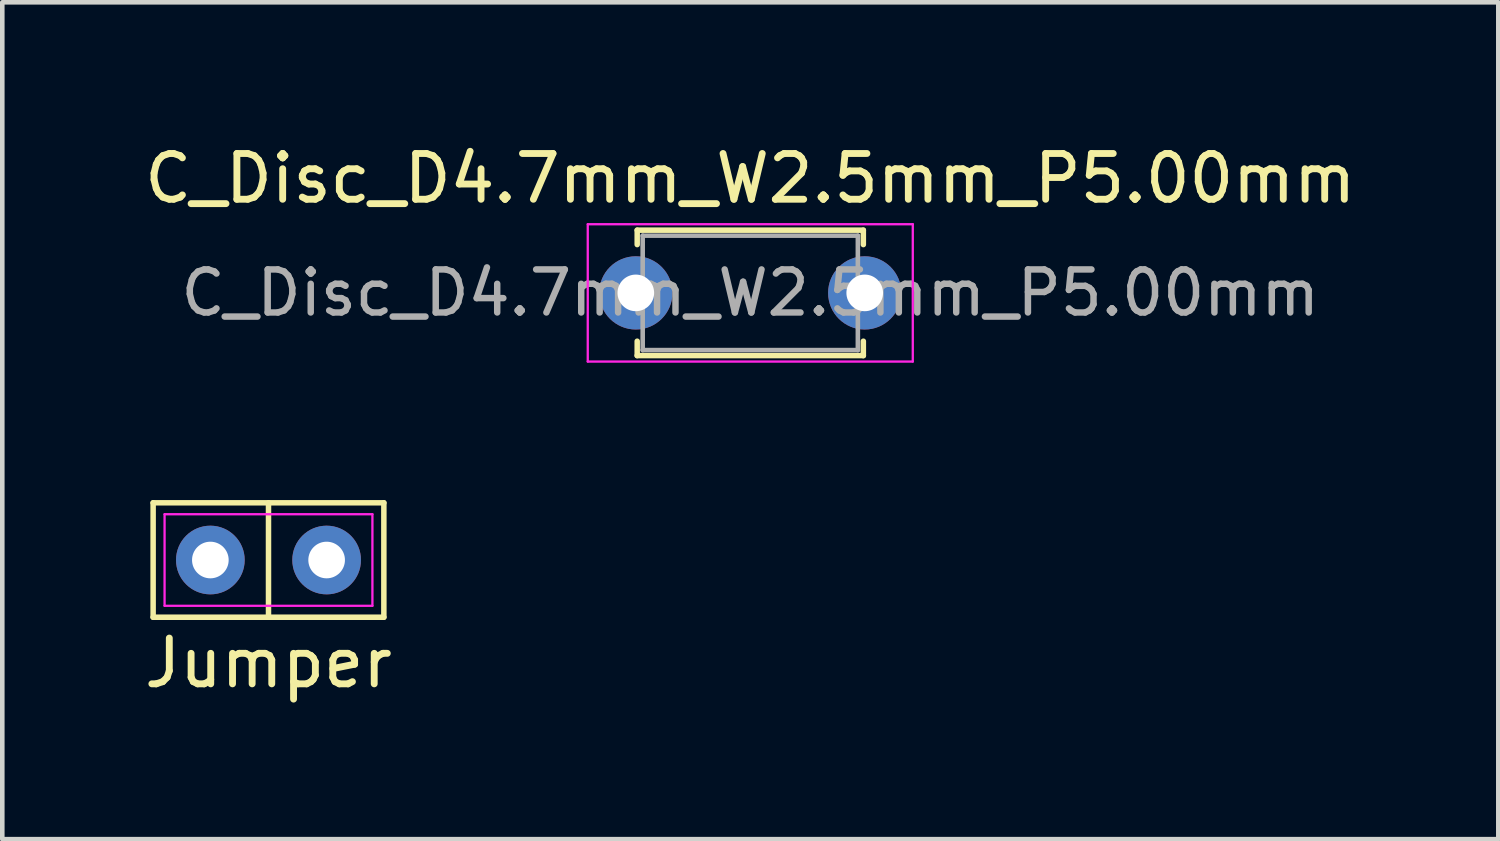
<source format=kicad_pcb>
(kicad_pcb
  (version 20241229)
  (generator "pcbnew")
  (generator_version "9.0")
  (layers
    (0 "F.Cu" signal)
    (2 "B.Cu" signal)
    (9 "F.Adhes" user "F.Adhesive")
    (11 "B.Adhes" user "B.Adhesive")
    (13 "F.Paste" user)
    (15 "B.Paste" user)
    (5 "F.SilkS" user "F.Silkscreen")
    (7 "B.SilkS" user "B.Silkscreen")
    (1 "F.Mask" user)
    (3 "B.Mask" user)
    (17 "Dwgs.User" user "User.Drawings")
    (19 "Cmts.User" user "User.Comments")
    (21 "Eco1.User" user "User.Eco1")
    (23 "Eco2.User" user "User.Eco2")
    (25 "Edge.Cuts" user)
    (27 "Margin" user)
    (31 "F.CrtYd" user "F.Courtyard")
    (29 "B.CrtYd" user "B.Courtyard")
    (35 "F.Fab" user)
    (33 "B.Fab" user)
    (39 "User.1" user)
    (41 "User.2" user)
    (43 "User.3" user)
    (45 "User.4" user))
  (footprint "Jumper"
    (layer "F.Cu")
    (at 2.815 9.183)
    (property "Reference" "Jumper" (at 0 2.25 0) (layer "F.SilkS") (effects (font (size 1 1) (thickness 0.15))))
    (attr through_hole)
    (fp_line (start -2.52 -1.25) (end 2.52 -1.25) (stroke (width 0.12) (type solid)) (layer "F.SilkS"))
    (fp_line (start -2.52 1.25) (end -2.52 -1.25) (stroke (width 0.12) (type solid)) (layer "F.SilkS"))
    (fp_line (start 0 -1.25) (end 0 1.25) (stroke (width 0.12) (type solid)) (layer "F.SilkS"))
    (fp_line (start 2.52 -1.25) (end 2.52 1.25) (stroke (width 0.12) (type solid)) (layer "F.SilkS"))
    (fp_line (start 2.52 1.25) (end -2.52 1.25) (stroke (width 0.12) (type solid)) (layer "F.SilkS"))
    (fp_line (start -2.27 -1) (end 2.27 -1) (stroke (width 0.05) (type solid)) (layer "F.CrtYd"))
    (fp_line (start -2.27 1) (end -2.27 -1) (stroke (width 0.05) (type solid)) (layer "F.CrtYd"))
    (fp_line (start 2.27 -1) (end 2.27 1) (stroke (width 0.05) (type solid)) (layer "F.CrtYd"))
    (fp_line (start 2.27 1) (end -2.27 1) (stroke (width 0.05) (type solid)) (layer "F.CrtYd"))
    (pad "1" thru_hole circle (at -1.27 0) (size 1.5 1.5) (drill 0.8) (layers "*.Cu" "*.Mask"))
    (pad "2" thru_hole circle (at 1.27 0) (size 1.5 1.5) (drill 0.8) (layers "*.Cu" "*.Mask")))
  (footprint "C_Disc_D4.7mm_W2.5mm_P5.00mm"
    (layer "F.Cu")
    (at 10.839 3.348)
    (property "Reference" "C_Disc_D4.7mm_W2.5mm_P5.00mm" (at 2.5 -2.5 0) (layer "F.SilkS") (effects (font (size 1 1) (thickness 0.15))))
    (attr through_hole)
    (fp_line (start 0.03 -1.37) (end 0.03 -1.055) (stroke (width 0.12) (type solid)) (layer "F.SilkS"))
    (fp_line (start 0.03 -1.37) (end 4.97 -1.37) (stroke (width 0.12) (type solid)) (layer "F.SilkS"))
    (fp_line (start 0.03 1.055) (end 0.03 1.37) (stroke (width 0.12) (type solid)) (layer "F.SilkS"))
    (fp_line (start 0.03 1.37) (end 4.97 1.37) (stroke (width 0.12) (type solid)) (layer "F.SilkS"))
    (fp_line (start 4.97 -1.37) (end 4.97 -1.055) (stroke (width 0.12) (type solid)) (layer "F.SilkS"))
    (fp_line (start 4.97 1.055) (end 4.97 1.37) (stroke (width 0.12) (type solid)) (layer "F.SilkS"))
    (fp_line (start -1.05 -1.5) (end -1.05 1.5) (stroke (width 0.05) (type solid)) (layer "F.CrtYd"))
    (fp_line (start -1.05 1.5) (end 6.05 1.5) (stroke (width 0.05) (type solid)) (layer "F.CrtYd"))
    (fp_line (start 6.05 -1.5) (end -1.05 -1.5) (stroke (width 0.05) (type solid)) (layer "F.CrtYd"))
    (fp_line (start 6.05 1.5) (end 6.05 -1.5) (stroke (width 0.05) (type solid)) (layer "F.CrtYd"))
    (fp_line (start 0.15 -1.25) (end 0.15 1.25) (stroke (width 0.1) (type solid)) (layer "F.Fab"))
    (fp_line (start 0.15 1.25) (end 4.85 1.25) (stroke (width 0.1) (type solid)) (layer "F.Fab"))
    (fp_line (start 4.85 -1.25) (end 0.15 -1.25) (stroke (width 0.1) (type solid)) (layer "F.Fab"))
    (fp_line (start 4.85 1.25) (end 4.85 -1.25) (stroke (width 0.1) (type solid)) (layer "F.Fab"))
    (fp_text user "${REFERENCE}" (at 2.5 0 0) (layer "F.Fab") (effects (font (size 0.94 0.94) (thickness 0.141))))
    (pad "1" thru_hole circle (at 0 0) (size 1.6 1.6) (drill 0.8) (layers "*.Cu" "*.Mask"))
    (pad "2" thru_hole circle (at 5 0) (size 1.6 1.6) (drill 0.8) (layers "*.Cu" "*.Mask")))
  (gr_rect
    (start -3 -3)
    (end 29.679 15.281)
    (stroke (width 0.1) (type default))
    (fill no)
    (layer "Edge.Cuts")))
</source>
